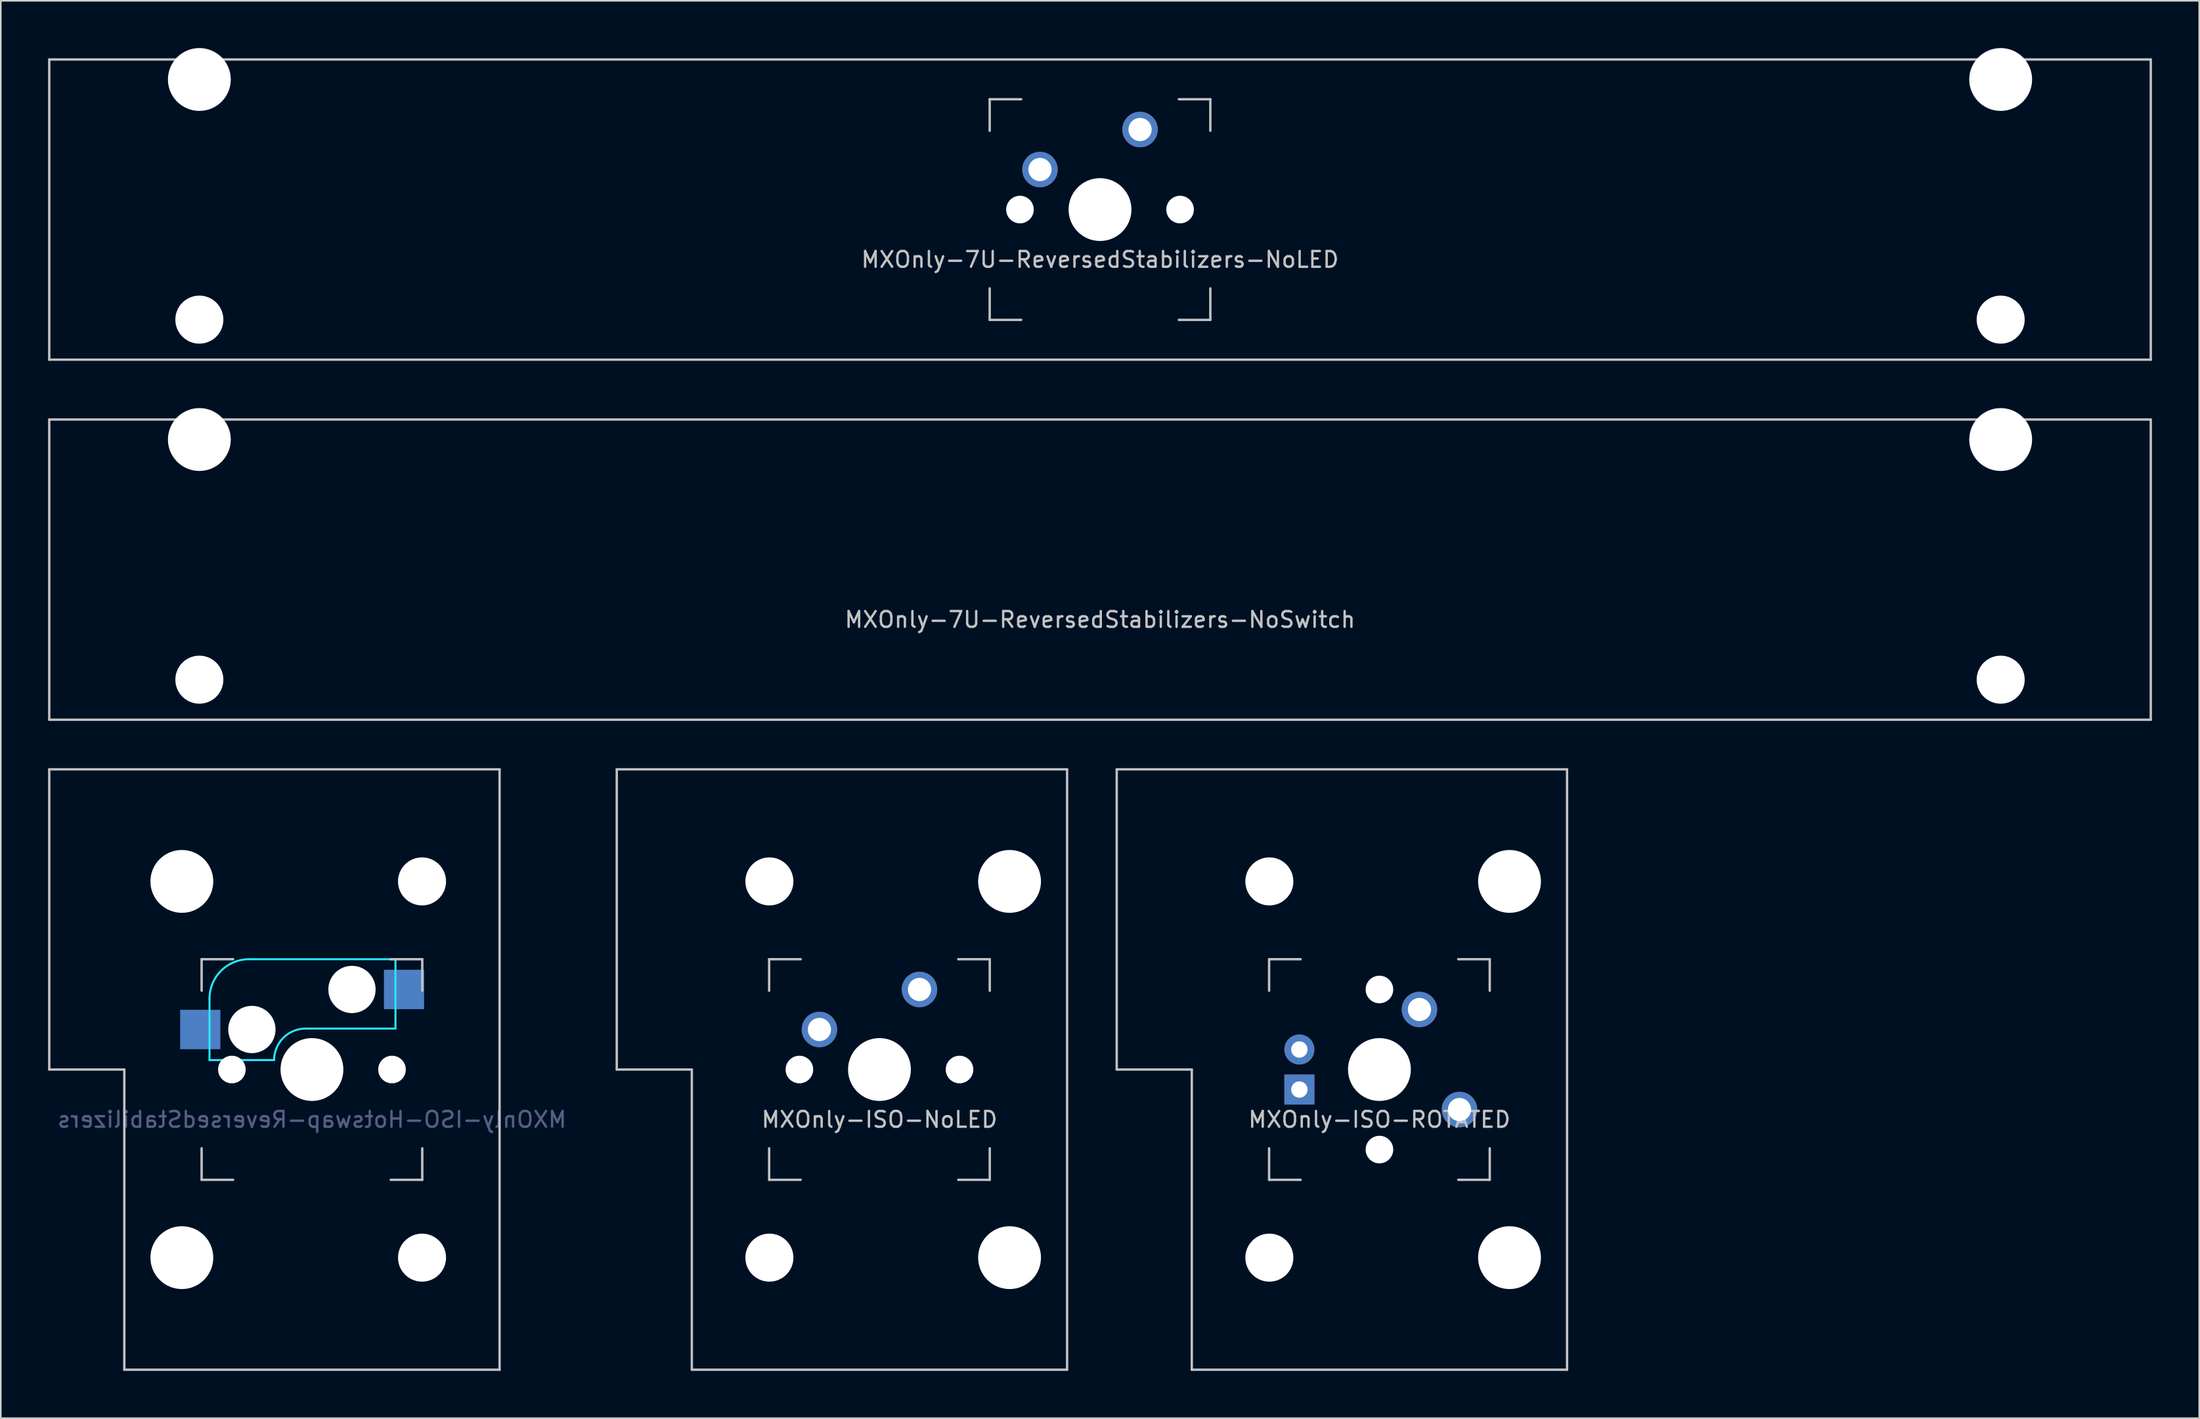
<source format=kicad_pcb>
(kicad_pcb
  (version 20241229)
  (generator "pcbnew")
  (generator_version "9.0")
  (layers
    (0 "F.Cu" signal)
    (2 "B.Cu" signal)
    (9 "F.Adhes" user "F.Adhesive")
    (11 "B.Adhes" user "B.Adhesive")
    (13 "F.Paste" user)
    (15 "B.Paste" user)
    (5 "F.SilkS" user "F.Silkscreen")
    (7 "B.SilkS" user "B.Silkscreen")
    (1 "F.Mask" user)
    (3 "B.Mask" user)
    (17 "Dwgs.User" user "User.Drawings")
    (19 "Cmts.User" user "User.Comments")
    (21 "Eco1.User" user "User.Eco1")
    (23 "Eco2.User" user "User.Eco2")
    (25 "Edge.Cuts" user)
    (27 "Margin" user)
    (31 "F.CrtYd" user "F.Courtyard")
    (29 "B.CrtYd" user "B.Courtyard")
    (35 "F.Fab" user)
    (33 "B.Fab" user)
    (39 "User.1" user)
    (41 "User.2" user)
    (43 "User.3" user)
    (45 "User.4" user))
  (footprint "MXOnly-7U-ReversedStabilizers-NoSwitch"
    (layer "F.Cu")
    (at 66.75 33.098)
    (property "Reference" "MXOnly-7U-ReversedStabilizers-NoSwitch" (at 0 3.175 0) (layer "Dwgs.User") (effects (font (size 1 1) (thickness 0.15))))
    (attr through_hole)
    (fp_line (start -66.675 -9.525) (end 66.675 -9.525) (stroke (width 0.15) (type solid)) (layer "Dwgs.User"))
    (fp_line (start -66.675 9.525) (end -66.675 -9.525) (stroke (width 0.15) (type solid)) (layer "Dwgs.User"))
    (fp_line (start -66.675 9.525) (end 66.675 9.525) (stroke (width 0.15) (type solid)) (layer "Dwgs.User"))
    (fp_line (start 66.675 -9.525) (end 66.675 9.525) (stroke (width 0.15) (type solid)) (layer "Dwgs.User"))
    (pad "" np_thru_hole circle (at -57.15 -8.255) (size 3.988 3.988) (drill 3.988) (layers "*.Cu" "*.Mask"))
    (pad "" np_thru_hole circle (at -57.15 6.985) (size 3.048 3.048) (drill 3.048) (layers "*.Cu" "*.Mask"))
    (pad "" np_thru_hole circle (at 57.15 -8.255) (size 3.988 3.988) (drill 3.988) (layers "*.Cu" "*.Mask"))
    (pad "" np_thru_hole circle (at 57.15 6.985) (size 3.048 3.048) (drill 3.048) (layers "*.Cu" "*.Mask")))
  (footprint "MXOnly-ISO-Hotswap-ReversedStabilizers"
    (layer "F.Cu")
    (at 16.744 64.823)
    (property "Reference" "MXOnly-ISO-Hotswap-ReversedStabilizers" (at 0 3.175 0) (layer "B.Fab") (effects (font (size 1 1) (thickness 0.15)) (justify mirror)))
    (attr through_hole)
    (fp_line (start -16.669 -19.05) (end -16.669 0) (stroke (width 0.15) (type solid)) (layer "Dwgs.User"))
    (fp_line (start -16.669 -19.05) (end 11.906 -19.05) (stroke (width 0.15) (type solid)) (layer "Dwgs.User"))
    (fp_line (start -11.906 0) (end -16.669 0) (stroke (width 0.15) (type solid)) (layer "Dwgs.User"))
    (fp_line (start -11.906 19.05) (end -11.906 0) (stroke (width 0.15) (type solid)) (layer "Dwgs.User"))
    (fp_line (start -11.906 19.05) (end 11.906 19.05) (stroke (width 0.15) (type solid)) (layer "Dwgs.User"))
    (fp_line (start -7 -7) (end -7 -5) (stroke (width 0.15) (type solid)) (layer "Dwgs.User"))
    (fp_line (start -7 5) (end -7 7) (stroke (width 0.15) (type solid)) (layer "Dwgs.User"))
    (fp_line (start -7 7) (end -5 7) (stroke (width 0.15) (type solid)) (layer "Dwgs.User"))
    (fp_line (start -5 -7) (end -7 -7) (stroke (width 0.15) (type solid)) (layer "Dwgs.User"))
    (fp_line (start 5 -7) (end 7 -7) (stroke (width 0.15) (type solid)) (layer "Dwgs.User"))
    (fp_line (start 5 7) (end 7 7) (stroke (width 0.15) (type solid)) (layer "Dwgs.User"))
    (fp_line (start 7 -7) (end 7 -5) (stroke (width 0.15) (type solid)) (layer "Dwgs.User"))
    (fp_line (start 7 7) (end 7 5) (stroke (width 0.15) (type solid)) (layer "Dwgs.User"))
    (fp_line (start 11.906 -19.05) (end 11.906 19.05) (stroke (width 0.15) (type solid)) (layer "Dwgs.User"))
    (fp_line (start -6.5 -4.5) (end -6.5 -0.6) (stroke (width 0.127) (type solid)) (layer "B.CrtYd"))
    (fp_line (start -6.5 -0.6) (end -2.4 -0.6) (stroke (width 0.127) (type solid)) (layer "B.CrtYd"))
    (fp_line (start -0.4 -2.6) (end 5.3 -2.6) (stroke (width 0.127) (type solid)) (layer "B.CrtYd"))
    (fp_line (start 5.3 -7) (end -4 -7) (stroke (width 0.127) (type solid)) (layer "B.CrtYd"))
    (fp_line (start 5.3 -7) (end 5.3 -2.6) (stroke (width 0.127) (type solid)) (layer "B.CrtYd"))
    (fp_arc (start -6.5 -4.5) (mid -5.767767 -6.267767) (end -4 -7) (stroke (width 0.127) (type solid)) (layer "B.CrtYd"))
    (fp_arc (start -2.4 -0.6) (mid -1.814214 -2.014214) (end -0.4 -2.6) (stroke (width 0.127) (type solid)) (layer "B.CrtYd"))
    (pad "" np_thru_hole circle (at -8.255 -11.938) (size 3.988 3.988) (drill 3.988) (layers "*.Cu" "*.Mask"))
    (pad "" np_thru_hole circle (at -8.255 11.938) (size 3.988 3.988) (drill 3.988) (layers "*.Cu" "*.Mask"))
    (pad "" np_thru_hole circle (at -5.08 0 48.1) (size 1.75 1.75) (drill 1.75) (layers "*.Cu" "*.Mask"))
    (pad "" np_thru_hole circle (at -3.81 -2.54) (size 3 3) (drill 3) (layers "*.Cu" "*.Mask"))
    (pad "" np_thru_hole circle (at 0 0) (size 3.988 3.988) (drill 3.988) (layers "*.Cu" "*.Mask"))
    (pad "" np_thru_hole circle (at 2.54 -5.08) (size 3 3) (drill 3) (layers "*.Cu" "*.Mask"))
    (pad "" np_thru_hole circle (at 5.08 0 48.1) (size 1.75 1.75) (drill 1.75) (layers "*.Cu" "*.Mask"))
    (pad "" np_thru_hole circle (at 6.985 -11.938) (size 3.048 3.048) (drill 3.048) (layers "*.Cu" "*.Mask"))
    (pad "" np_thru_hole circle (at 6.985 11.938) (size 3.048 3.048) (drill 3.048) (layers "*.Cu" "*.Mask"))
    (pad "1" smd rect (at -7.085 -2.54) (size 2.55 2.5) (layers "B.Cu" "B.Mask" "B.Paste"))
    (pad "2" smd rect (at 5.842 -5.08) (size 2.55 2.5) (layers "B.Cu" "B.Mask" "B.Paste")))
  (footprint "MXOnly-ISO-NoLED"
    (layer "F.Cu")
    (at 52.755 64.823)
    (property "Reference" "MXOnly-ISO-NoLED" (at 0 3.175 0) (layer "Dwgs.User") (effects (font (size 1 1) (thickness 0.15))))
    (attr through_hole)
    (fp_line (start -16.669 -19.05) (end -16.669 0) (stroke (width 0.15) (type solid)) (layer "Dwgs.User"))
    (fp_line (start -16.669 -19.05) (end 11.906 -19.05) (stroke (width 0.15) (type solid)) (layer "Dwgs.User"))
    (fp_line (start -11.906 0) (end -16.669 0) (stroke (width 0.15) (type solid)) (layer "Dwgs.User"))
    (fp_line (start -11.906 19.05) (end -11.906 0) (stroke (width 0.15) (type solid)) (layer "Dwgs.User"))
    (fp_line (start -11.906 19.05) (end 11.906 19.05) (stroke (width 0.15) (type solid)) (layer "Dwgs.User"))
    (fp_line (start -7 -7) (end -7 -5) (stroke (width 0.15) (type solid)) (layer "Dwgs.User"))
    (fp_line (start -7 5) (end -7 7) (stroke (width 0.15) (type solid)) (layer "Dwgs.User"))
    (fp_line (start -7 7) (end -5 7) (stroke (width 0.15) (type solid)) (layer "Dwgs.User"))
    (fp_line (start -5 -7) (end -7 -7) (stroke (width 0.15) (type solid)) (layer "Dwgs.User"))
    (fp_line (start 5 -7) (end 7 -7) (stroke (width 0.15) (type solid)) (layer "Dwgs.User"))
    (fp_line (start 5 7) (end 7 7) (stroke (width 0.15) (type solid)) (layer "Dwgs.User"))
    (fp_line (start 7 -7) (end 7 -5) (stroke (width 0.15) (type solid)) (layer "Dwgs.User"))
    (fp_line (start 7 7) (end 7 5) (stroke (width 0.15) (type solid)) (layer "Dwgs.User"))
    (fp_line (start 11.906 -19.05) (end 11.906 19.05) (stroke (width 0.15) (type solid)) (layer "Dwgs.User"))
    (pad "" np_thru_hole circle (at -6.985 -11.938) (size 3.048 3.048) (drill 3.048) (layers "*.Cu" "*.Mask"))
    (pad "" np_thru_hole circle (at -6.985 11.938) (size 3.048 3.048) (drill 3.048) (layers "*.Cu" "*.Mask"))
    (pad "" np_thru_hole circle (at -5.08 0 48.1) (size 1.75 1.75) (drill 1.75) (layers "*.Cu" "*.Mask"))
    (pad "" np_thru_hole circle (at 0 0) (size 3.988 3.988) (drill 3.988) (layers "*.Cu" "*.Mask"))
    (pad "" np_thru_hole circle (at 5.08 0 48.1) (size 1.75 1.75) (drill 1.75) (layers "*.Cu" "*.Mask"))
    (pad "" np_thru_hole circle (at 8.255 -11.938) (size 3.988 3.988) (drill 3.988) (layers "*.Cu" "*.Mask"))
    (pad "" np_thru_hole circle (at 8.255 11.938) (size 3.988 3.988) (drill 3.988) (layers "*.Cu" "*.Mask"))
    (pad "1" thru_hole circle (at -3.81 -2.54) (size 2.25 2.25) (drill 1.47) (layers "*.Cu" "B.Mask"))
    (pad "2" thru_hole circle (at 2.54 -5.08) (size 2.25 2.25) (drill 1.47) (layers "*.Cu" "B.Mask")))
  (footprint "MXOnly-7U-ReversedStabilizers-NoLED"
    (layer "F.Cu")
    (at 66.75 10.249)
    (property "Reference" "MXOnly-7U-ReversedStabilizers-NoLED" (at 0 3.175 0) (layer "Dwgs.User") (effects (font (size 1 1) (thickness 0.15))))
    (attr through_hole)
    (fp_line (start -66.675 -9.525) (end 66.675 -9.525) (stroke (width 0.15) (type solid)) (layer "Dwgs.User"))
    (fp_line (start -66.675 9.525) (end -66.675 -9.525) (stroke (width 0.15) (type solid)) (layer "Dwgs.User"))
    (fp_line (start -66.675 9.525) (end 66.675 9.525) (stroke (width 0.15) (type solid)) (layer "Dwgs.User"))
    (fp_line (start -7 -7) (end -7 -5) (stroke (width 0.15) (type solid)) (layer "Dwgs.User"))
    (fp_line (start -7 5) (end -7 7) (stroke (width 0.15) (type solid)) (layer "Dwgs.User"))
    (fp_line (start -7 7) (end -5 7) (stroke (width 0.15) (type solid)) (layer "Dwgs.User"))
    (fp_line (start -5 -7) (end -7 -7) (stroke (width 0.15) (type solid)) (layer "Dwgs.User"))
    (fp_line (start 5 -7) (end 7 -7) (stroke (width 0.15) (type solid)) (layer "Dwgs.User"))
    (fp_line (start 5 7) (end 7 7) (stroke (width 0.15) (type solid)) (layer "Dwgs.User"))
    (fp_line (start 7 -7) (end 7 -5) (stroke (width 0.15) (type solid)) (layer "Dwgs.User"))
    (fp_line (start 7 7) (end 7 5) (stroke (width 0.15) (type solid)) (layer "Dwgs.User"))
    (fp_line (start 66.675 -9.525) (end 66.675 9.525) (stroke (width 0.15) (type solid)) (layer "Dwgs.User"))
    (pad "" np_thru_hole circle (at -57.15 -8.255) (size 3.988 3.988) (drill 3.988) (layers "*.Cu" "*.Mask"))
    (pad "" np_thru_hole circle (at -57.15 6.985) (size 3.048 3.048) (drill 3.048) (layers "*.Cu" "*.Mask"))
    (pad "" np_thru_hole circle (at -5.08 0 48.1) (size 1.75 1.75) (drill 1.75) (layers "*.Cu" "*.Mask"))
    (pad "" np_thru_hole circle (at 0 0) (size 3.988 3.988) (drill 3.988) (layers "*.Cu" "*.Mask"))
    (pad "" np_thru_hole circle (at 5.08 0 48.1) (size 1.75 1.75) (drill 1.75) (layers "*.Cu" "*.Mask"))
    (pad "" np_thru_hole circle (at 57.15 -8.255) (size 3.988 3.988) (drill 3.988) (layers "*.Cu" "*.Mask"))
    (pad "" np_thru_hole circle (at 57.15 6.985) (size 3.048 3.048) (drill 3.048) (layers "*.Cu" "*.Mask"))
    (pad "1" thru_hole circle (at -3.81 -2.54) (size 2.25 2.25) (drill 1.47) (layers "*.Cu" "B.Mask"))
    (pad "2" thru_hole circle (at 2.54 -5.08) (size 2.25 2.25) (drill 1.47) (layers "*.Cu" "B.Mask")))
  (footprint "MXOnly-ISO-ROTATED"
    (layer "F.Cu")
    (at 84.48 64.823)
    (property "Reference" "MXOnly-ISO-ROTATED" (at 0 3.175 0) (layer "Dwgs.User") (effects (font (size 1 1) (thickness 0.15))))
    (attr through_hole)
    (fp_line (start -16.669 -19.05) (end -16.669 0) (stroke (width 0.15) (type solid)) (layer "Dwgs.User"))
    (fp_line (start -16.669 -19.05) (end 11.906 -19.05) (stroke (width 0.15) (type solid)) (layer "Dwgs.User"))
    (fp_line (start -11.906 0) (end -16.669 0) (stroke (width 0.15) (type solid)) (layer "Dwgs.User"))
    (fp_line (start -11.906 19.05) (end -11.906 0) (stroke (width 0.15) (type solid)) (layer "Dwgs.User"))
    (fp_line (start -11.906 19.05) (end 11.906 19.05) (stroke (width 0.15) (type solid)) (layer "Dwgs.User"))
    (fp_line (start -7 -7) (end -7 -5) (stroke (width 0.15) (type solid)) (layer "Dwgs.User"))
    (fp_line (start -7 5) (end -7 7) (stroke (width 0.15) (type solid)) (layer "Dwgs.User"))
    (fp_line (start -7 7) (end -5 7) (stroke (width 0.15) (type solid)) (layer "Dwgs.User"))
    (fp_line (start -5 -7) (end -7 -7) (stroke (width 0.15) (type solid)) (layer "Dwgs.User"))
    (fp_line (start 5 -7) (end 7 -7) (stroke (width 0.15) (type solid)) (layer "Dwgs.User"))
    (fp_line (start 5 7) (end 7 7) (stroke (width 0.15) (type solid)) (layer "Dwgs.User"))
    (fp_line (start 7 -7) (end 7 -5) (stroke (width 0.15) (type solid)) (layer "Dwgs.User"))
    (fp_line (start 7 7) (end 7 5) (stroke (width 0.15) (type solid)) (layer "Dwgs.User"))
    (fp_line (start 11.906 -19.05) (end 11.906 19.05) (stroke (width 0.15) (type solid)) (layer "Dwgs.User"))
    (pad "" np_thru_hole circle (at -6.985 -11.938) (size 3.048 3.048) (drill 3.048) (layers "*.Cu" "*.Mask"))
    (pad "" np_thru_hole circle (at -6.985 11.938) (size 3.048 3.048) (drill 3.048) (layers "*.Cu" "*.Mask"))
    (pad "" np_thru_hole circle (at 0 -5.08 48.1) (size 1.75 1.75) (drill 1.75) (layers "*.Cu" "*.Mask"))
    (pad "" np_thru_hole circle (at 0 0) (size 3.988 3.988) (drill 3.988) (layers "*.Cu" "*.Mask"))
    (pad "" np_thru_hole circle (at 0 5.08 48.1) (size 1.75 1.75) (drill 1.75) (layers "*.Cu" "*.Mask"))
    (pad "" np_thru_hole circle (at 8.255 -11.938) (size 3.988 3.988) (drill 3.988) (layers "*.Cu" "*.Mask"))
    (pad "" np_thru_hole circle (at 8.255 11.938) (size 3.988 3.988) (drill 3.988) (layers "*.Cu" "*.Mask"))
    (pad "1" thru_hole circle (at 2.54 -3.81) (size 2.25 2.25) (drill 1.47) (layers "*.Cu" "B.Mask"))
    (pad "2" thru_hole circle (at 5.08 2.54) (size 2.25 2.25) (drill 1.47) (layers "*.Cu" "B.Mask"))
    (pad "3" thru_hole circle (at -5.08 -1.27) (size 1.905 1.905) (drill 1.04) (layers "*.Cu" "B.Mask"))
    (pad "4" thru_hole rect (at -5.08 1.27) (size 1.905 1.905) (drill 1.04) (layers "*.Cu" "B.Mask")))
  (gr_rect
    (start -3 -3)
    (end 136.5 86.948)
    (stroke (width 0.1) (type default))
    (fill no)
    (layer "Edge.Cuts")))
</source>
